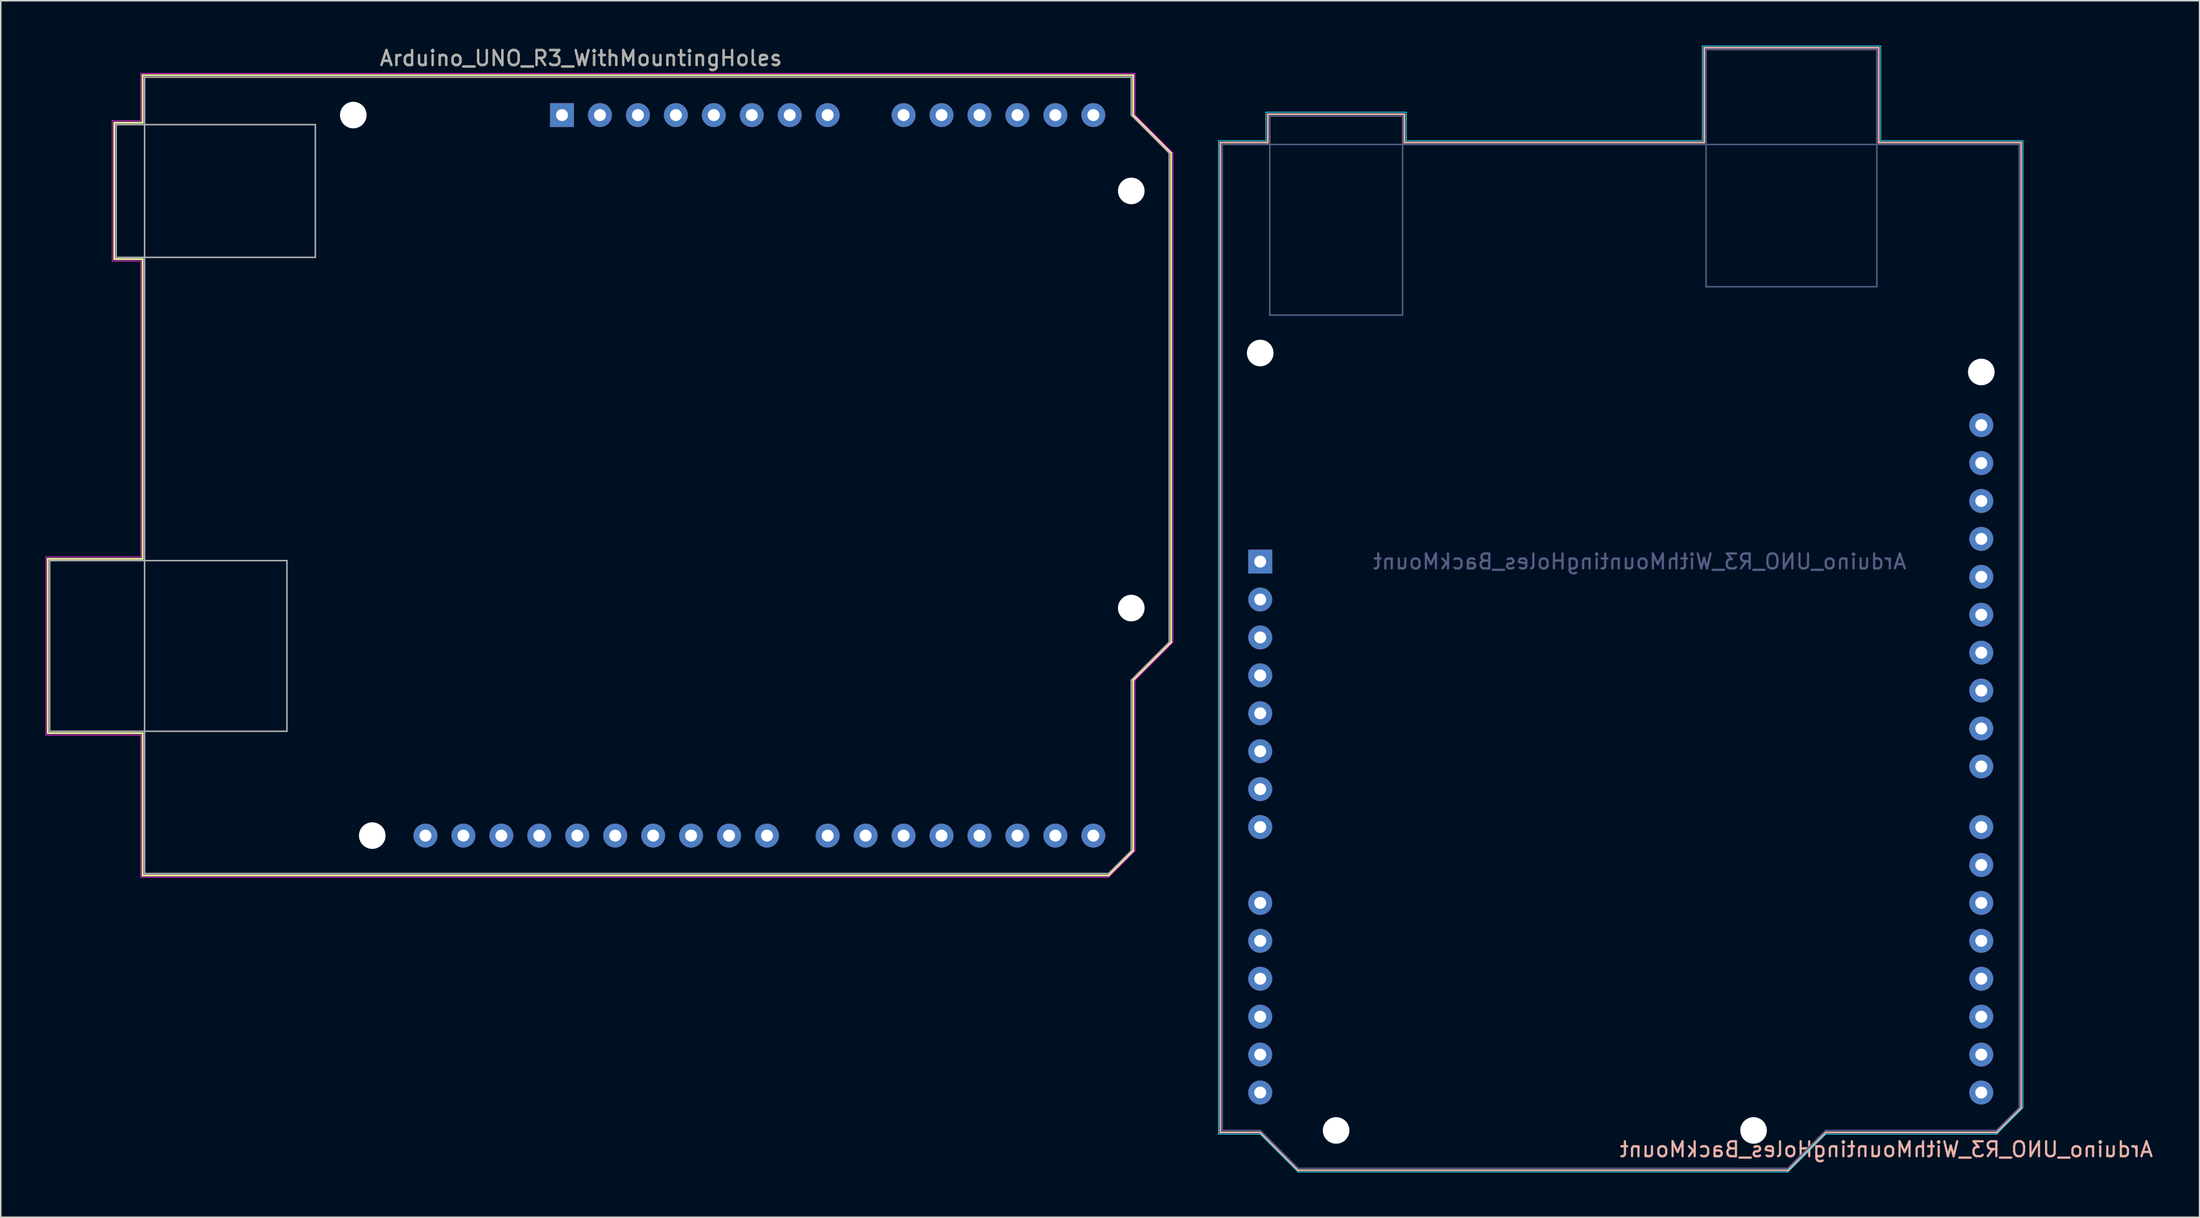
<source format=kicad_pcb>
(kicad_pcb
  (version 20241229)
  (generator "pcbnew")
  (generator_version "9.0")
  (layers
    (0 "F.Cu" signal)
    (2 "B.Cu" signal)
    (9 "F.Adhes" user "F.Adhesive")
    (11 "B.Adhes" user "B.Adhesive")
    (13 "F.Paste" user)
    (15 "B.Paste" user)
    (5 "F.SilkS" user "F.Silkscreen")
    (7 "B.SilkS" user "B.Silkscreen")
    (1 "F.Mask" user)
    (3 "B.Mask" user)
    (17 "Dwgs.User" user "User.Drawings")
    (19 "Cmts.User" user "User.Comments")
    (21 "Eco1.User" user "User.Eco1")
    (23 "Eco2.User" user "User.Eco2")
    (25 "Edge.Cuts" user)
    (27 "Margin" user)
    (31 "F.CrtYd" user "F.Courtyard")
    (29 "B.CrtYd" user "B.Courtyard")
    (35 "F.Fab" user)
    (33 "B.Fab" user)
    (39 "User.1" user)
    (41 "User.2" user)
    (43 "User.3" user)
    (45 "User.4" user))
  (footprint "Arduino_UNO_R3_WithMountingHoles_BackMount"
    (layer "F.Cu")
    (at 81.295 34.565)
    (property "Reference" "Arduino_UNO_R3_WithMountingHoles_BackMount" (at 41.91 39.37 0) (layer "B.SilkS") (effects (font (size 1 1) (thickness 0.15)) (justify mirror)))
    (attr through_hole)
    (fp_line (start -2.67 -28.07) (end 0.51 -28.07) (stroke (width 0.12) (type solid)) (layer "B.SilkS"))
    (fp_line (start -2.67 38.23) (end -2.67 -28.07) (stroke (width 0.12) (type solid)) (layer "B.SilkS"))
    (fp_line (start 0 38.23) (end -2.67 38.23) (stroke (width 0.12) (type solid)) (layer "B.SilkS"))
    (fp_line (start 0.51 -29.97) (end 9.65 -29.97) (stroke (width 0.12) (type solid)) (layer "B.SilkS"))
    (fp_line (start 0.51 -28.07) (end 0.51 -29.97) (stroke (width 0.12) (type solid)) (layer "B.SilkS"))
    (fp_line (start 2.54 40.77) (end 0 38.23) (stroke (width 0.12) (type solid)) (layer "B.SilkS"))
    (fp_line (start 9.65 -29.97) (end 9.65 -28.07) (stroke (width 0.12) (type solid)) (layer "B.SilkS"))
    (fp_line (start 9.65 -28.07) (end 29.72 -28.07) (stroke (width 0.12) (type solid)) (layer "B.SilkS"))
    (fp_line (start 29.72 -34.42) (end 41.4 -34.42) (stroke (width 0.12) (type solid)) (layer "B.SilkS"))
    (fp_line (start 29.72 -28.07) (end 29.72 -34.42) (stroke (width 0.12) (type solid)) (layer "B.SilkS"))
    (fp_line (start 35.31 40.77) (end 2.54 40.77) (stroke (width 0.12) (type solid)) (layer "B.SilkS"))
    (fp_line (start 37.85 38.23) (end 35.31 40.77) (stroke (width 0.12) (type solid)) (layer "B.SilkS"))
    (fp_line (start 41.4 -34.42) (end 41.4 -28.07) (stroke (width 0.12) (type solid)) (layer "B.SilkS"))
    (fp_line (start 41.4 -28.07) (end 50.93 -28.07) (stroke (width 0.12) (type solid)) (layer "B.SilkS"))
    (fp_line (start 49.28 38.23) (end 37.85 38.23) (stroke (width 0.12) (type solid)) (layer "B.SilkS"))
    (fp_line (start 50.93 -28.07) (end 50.93 36.58) (stroke (width 0.12) (type solid)) (layer "B.SilkS"))
    (fp_line (start 50.93 36.58) (end 49.28 38.23) (stroke (width 0.12) (type solid)) (layer "B.SilkS"))
    (fp_line (start -2.79 -28.19) (end -2.79 38.35) (stroke (width 0.05) (type solid)) (layer "B.CrtYd"))
    (fp_line (start -2.79 38.35) (end 0 38.35) (stroke (width 0.05) (type solid)) (layer "B.CrtYd"))
    (fp_line (start 0 38.35) (end 2.54 40.89) (stroke (width 0.05) (type solid)) (layer "B.CrtYd"))
    (fp_line (start 0.38 -30.1) (end 0.38 -28.19) (stroke (width 0.05) (type solid)) (layer "B.CrtYd"))
    (fp_line (start 0.38 -28.19) (end -2.79 -28.19) (stroke (width 0.05) (type solid)) (layer "B.CrtYd"))
    (fp_line (start 2.54 40.89) (end 35.31 40.89) (stroke (width 0.05) (type solid)) (layer "B.CrtYd"))
    (fp_line (start 9.78 -30.1) (end 0.38 -30.1) (stroke (width 0.05) (type solid)) (layer "B.CrtYd"))
    (fp_line (start 9.78 -28.19) (end 9.78 -30.1) (stroke (width 0.05) (type solid)) (layer "B.CrtYd"))
    (fp_line (start 29.59 -34.54) (end 29.59 -28.19) (stroke (width 0.05) (type solid)) (layer "B.CrtYd"))
    (fp_line (start 29.59 -28.19) (end 9.78 -28.19) (stroke (width 0.05) (type solid)) (layer "B.CrtYd"))
    (fp_line (start 35.31 40.89) (end 37.85 38.35) (stroke (width 0.05) (type solid)) (layer "B.CrtYd"))
    (fp_line (start 37.85 38.35) (end 49.28 38.35) (stroke (width 0.05) (type solid)) (layer "B.CrtYd"))
    (fp_line (start 41.53 -34.54) (end 29.59 -34.54) (stroke (width 0.05) (type solid)) (layer "B.CrtYd"))
    (fp_line (start 41.53 -28.19) (end 41.53 -34.54) (stroke (width 0.05) (type solid)) (layer "B.CrtYd"))
    (fp_line (start 49.28 38.35) (end 51.05 36.58) (stroke (width 0.05) (type solid)) (layer "B.CrtYd"))
    (fp_line (start 51.05 -28.19) (end 41.53 -28.19) (stroke (width 0.05) (type solid)) (layer "B.CrtYd"))
    (fp_line (start 51.05 36.58) (end 51.05 -28.19) (stroke (width 0.05) (type solid)) (layer "B.CrtYd"))
    (fp_line (start -2.54 -27.94) (end -2.54 38.1) (stroke (width 0.1) (type solid)) (layer "B.Fab"))
    (fp_line (start -2.54 38.1) (end 0 38.1) (stroke (width 0.1) (type solid)) (layer "B.Fab"))
    (fp_line (start 0 38.1) (end 2.54 40.64) (stroke (width 0.1) (type solid)) (layer "B.Fab"))
    (fp_line (start 0.64 -29.84) (end 0.64 -16.51) (stroke (width 0.1) (type solid)) (layer "B.Fab"))
    (fp_line (start 0.64 -16.51) (end 9.53 -16.51) (stroke (width 0.1) (type solid)) (layer "B.Fab"))
    (fp_line (start 2.54 40.64) (end 35.31 40.64) (stroke (width 0.1) (type solid)) (layer "B.Fab"))
    (fp_line (start 9.53 -29.84) (end 0.64 -29.84) (stroke (width 0.1) (type solid)) (layer "B.Fab"))
    (fp_line (start 9.53 -16.51) (end 9.53 -29.84) (stroke (width 0.1) (type solid)) (layer "B.Fab"))
    (fp_line (start 29.84 -34.29) (end 29.84 -18.41) (stroke (width 0.1) (type solid)) (layer "B.Fab"))
    (fp_line (start 29.84 -18.41) (end 41.27 -18.41) (stroke (width 0.1) (type solid)) (layer "B.Fab"))
    (fp_line (start 35.31 40.64) (end 37.85 38.1) (stroke (width 0.1) (type solid)) (layer "B.Fab"))
    (fp_line (start 37.85 38.1) (end 49.28 38.1) (stroke (width 0.1) (type solid)) (layer "B.Fab"))
    (fp_line (start 41.27 -34.29) (end 29.84 -34.29) (stroke (width 0.1) (type solid)) (layer "B.Fab"))
    (fp_line (start 41.27 -18.41) (end 41.27 -34.29) (stroke (width 0.1) (type solid)) (layer "B.Fab"))
    (fp_line (start 49.28 38.1) (end 50.8 36.58) (stroke (width 0.1) (type solid)) (layer "B.Fab"))
    (fp_line (start 50.8 -27.94) (end -2.54 -27.94) (stroke (width 0.1) (type solid)) (layer "B.Fab"))
    (fp_line (start 50.8 36.58) (end 50.8 -27.94) (stroke (width 0.1) (type solid)) (layer "B.Fab"))
    (fp_text user "${REFERENCE}" (at 25.4 0 0) (layer "B.Fab") (effects (font (size 1 1) (thickness 0.15)) (justify mirror)))
    (pad "" np_thru_hole circle (at 0 -13.97) (size 1.78 1.78) (drill 1.78) (layers "*.Cu" "*.Mask"))
    (pad "" np_thru_hole circle (at 5.08 38.1) (size 1.78 1.78) (drill 1.78) (layers "*.Cu" "*.Mask"))
    (pad "" np_thru_hole circle (at 33.02 38.1) (size 1.78 1.78) (drill 1.78) (layers "*.Cu" "*.Mask"))
    (pad "" np_thru_hole circle (at 48.26 -12.7) (size 1.78 1.78) (drill 1.78) (layers "*.Cu" "*.Mask"))
    (pad "1" thru_hole rect (at 0 0) (size 1.6 1.6) (drill 0.8) (layers "*.Cu" "*.Mask"))
    (pad "2" thru_hole oval (at 0 2.54) (size 1.6 1.6) (drill 0.8) (layers "*.Cu" "*.Mask"))
    (pad "3" thru_hole oval (at 0 5.08) (size 1.6 1.6) (drill 0.8) (layers "*.Cu" "*.Mask"))
    (pad "4" thru_hole oval (at 0 7.62) (size 1.6 1.6) (drill 0.8) (layers "*.Cu" "*.Mask"))
    (pad "5" thru_hole oval (at 0 10.16) (size 1.6 1.6) (drill 0.8) (layers "*.Cu" "*.Mask"))
    (pad "6" thru_hole oval (at 0 12.7) (size 1.6 1.6) (drill 0.8) (layers "*.Cu" "*.Mask"))
    (pad "7" thru_hole oval (at 0 15.24) (size 1.6 1.6) (drill 0.8) (layers "*.Cu" "*.Mask"))
    (pad "8" thru_hole oval (at 0 17.78) (size 1.6 1.6) (drill 0.8) (layers "*.Cu" "*.Mask"))
    (pad "9" thru_hole oval (at 0 22.86) (size 1.6 1.6) (drill 0.8) (layers "*.Cu" "*.Mask"))
    (pad "10" thru_hole oval (at 0 25.4) (size 1.6 1.6) (drill 0.8) (layers "*.Cu" "*.Mask"))
    (pad "11" thru_hole oval (at 0 27.94) (size 1.6 1.6) (drill 0.8) (layers "*.Cu" "*.Mask"))
    (pad "12" thru_hole oval (at 0 30.48) (size 1.6 1.6) (drill 0.8) (layers "*.Cu" "*.Mask"))
    (pad "13" thru_hole oval (at 0 33.02) (size 1.6 1.6) (drill 0.8) (layers "*.Cu" "*.Mask"))
    (pad "14" thru_hole oval (at 0 35.56) (size 1.6 1.6) (drill 0.8) (layers "*.Cu" "*.Mask"))
    (pad "15" thru_hole oval (at 48.26 35.56) (size 1.6 1.6) (drill 0.8) (layers "*.Cu" "*.Mask"))
    (pad "16" thru_hole oval (at 48.26 33.02) (size 1.6 1.6) (drill 0.8) (layers "*.Cu" "*.Mask"))
    (pad "17" thru_hole oval (at 48.26 30.48) (size 1.6 1.6) (drill 0.8) (layers "*.Cu" "*.Mask"))
    (pad "18" thru_hole oval (at 48.26 27.94) (size 1.6 1.6) (drill 0.8) (layers "*.Cu" "*.Mask"))
    (pad "19" thru_hole oval (at 48.26 25.4) (size 1.6 1.6) (drill 0.8) (layers "*.Cu" "*.Mask"))
    (pad "20" thru_hole oval (at 48.26 22.86) (size 1.6 1.6) (drill 0.8) (layers "*.Cu" "*.Mask"))
    (pad "21" thru_hole oval (at 48.26 20.32) (size 1.6 1.6) (drill 0.8) (layers "*.Cu" "*.Mask"))
    (pad "22" thru_hole oval (at 48.26 17.78) (size 1.6 1.6) (drill 0.8) (layers "*.Cu" "*.Mask"))
    (pad "23" thru_hole oval (at 48.26 13.72) (size 1.6 1.6) (drill 0.8) (layers "*.Cu" "*.Mask"))
    (pad "24" thru_hole oval (at 48.26 11.18) (size 1.6 1.6) (drill 0.8) (layers "*.Cu" "*.Mask"))
    (pad "25" thru_hole oval (at 48.26 8.64) (size 1.6 1.6) (drill 0.8) (layers "*.Cu" "*.Mask"))
    (pad "26" thru_hole oval (at 48.26 6.1) (size 1.6 1.6) (drill 0.8) (layers "*.Cu" "*.Mask"))
    (pad "27" thru_hole oval (at 48.26 3.56) (size 1.6 1.6) (drill 0.8) (layers "*.Cu" "*.Mask"))
    (pad "28" thru_hole oval (at 48.26 1.02) (size 1.6 1.6) (drill 0.8) (layers "*.Cu" "*.Mask"))
    (pad "29" thru_hole oval (at 48.26 -1.52) (size 1.6 1.6) (drill 0.8) (layers "*.Cu" "*.Mask"))
    (pad "30" thru_hole oval (at 48.26 -4.06) (size 1.6 1.6) (drill 0.8) (layers "*.Cu" "*.Mask"))
    (pad "31" thru_hole oval (at 48.26 -6.6) (size 1.6 1.6) (drill 0.8) (layers "*.Cu" "*.Mask"))
    (pad "32" thru_hole oval (at 48.26 -9.14) (size 1.6 1.6) (drill 0.8) (layers "*.Cu" "*.Mask")))
  (footprint "Arduino_UNO_R3_WithMountingHoles"
    (layer "F.Cu")
    (at 34.565 4.658)
    (property "Reference" "Arduino_UNO_R3_WithMountingHoles" (at 1.27 -3.81 180) (layer "F.SilkS") (effects (font (size 1 1) (thickness 0.15))))
    (attr through_hole)
    (fp_line (start -34.42 29.72) (end -34.42 41.4) (stroke (width 0.12) (type solid)) (layer "F.SilkS"))
    (fp_line (start -34.42 41.4) (end -28.07 41.4) (stroke (width 0.12) (type solid)) (layer "F.SilkS"))
    (fp_line (start -29.97 0.51) (end -29.97 9.65) (stroke (width 0.12) (type solid)) (layer "F.SilkS"))
    (fp_line (start -29.97 9.65) (end -28.07 9.65) (stroke (width 0.12) (type solid)) (layer "F.SilkS"))
    (fp_line (start -28.07 -2.67) (end -28.07 0.51) (stroke (width 0.12) (type solid)) (layer "F.SilkS"))
    (fp_line (start -28.07 0.51) (end -29.97 0.51) (stroke (width 0.12) (type solid)) (layer "F.SilkS"))
    (fp_line (start -28.07 9.65) (end -28.07 29.72) (stroke (width 0.12) (type solid)) (layer "F.SilkS"))
    (fp_line (start -28.07 29.72) (end -34.42 29.72) (stroke (width 0.12) (type solid)) (layer "F.SilkS"))
    (fp_line (start -28.07 41.4) (end -28.07 50.93) (stroke (width 0.12) (type solid)) (layer "F.SilkS"))
    (fp_line (start -28.07 50.93) (end 36.58 50.93) (stroke (width 0.12) (type solid)) (layer "F.SilkS"))
    (fp_line (start 36.58 50.93) (end 38.23 49.28) (stroke (width 0.12) (type solid)) (layer "F.SilkS"))
    (fp_line (start 38.23 -2.67) (end -28.07 -2.67) (stroke (width 0.12) (type solid)) (layer "F.SilkS"))
    (fp_line (start 38.23 0) (end 38.23 -2.67) (stroke (width 0.12) (type solid)) (layer "F.SilkS"))
    (fp_line (start 38.23 37.85) (end 40.77 35.31) (stroke (width 0.12) (type solid)) (layer "F.SilkS"))
    (fp_line (start 38.23 49.28) (end 38.23 37.85) (stroke (width 0.12) (type solid)) (layer "F.SilkS"))
    (fp_line (start 40.77 2.54) (end 38.23 0) (stroke (width 0.12) (type solid)) (layer "F.SilkS"))
    (fp_line (start 40.77 35.31) (end 40.77 2.54) (stroke (width 0.12) (type solid)) (layer "F.SilkS"))
    (fp_line (start -34.54 29.59) (end -28.19 29.59) (stroke (width 0.05) (type solid)) (layer "F.CrtYd"))
    (fp_line (start -34.54 41.53) (end -34.54 29.59) (stroke (width 0.05) (type solid)) (layer "F.CrtYd"))
    (fp_line (start -30.1 0.38) (end -28.19 0.38) (stroke (width 0.05) (type solid)) (layer "F.CrtYd"))
    (fp_line (start -30.1 9.78) (end -30.1 0.38) (stroke (width 0.05) (type solid)) (layer "F.CrtYd"))
    (fp_line (start -28.19 -2.79) (end 38.35 -2.79) (stroke (width 0.05) (type solid)) (layer "F.CrtYd"))
    (fp_line (start -28.19 0.38) (end -28.19 -2.79) (stroke (width 0.05) (type solid)) (layer "F.CrtYd"))
    (fp_line (start -28.19 9.78) (end -30.1 9.78) (stroke (width 0.05) (type solid)) (layer "F.CrtYd"))
    (fp_line (start -28.19 29.59) (end -28.19 9.78) (stroke (width 0.05) (type solid)) (layer "F.CrtYd"))
    (fp_line (start -28.19 41.53) (end -34.54 41.53) (stroke (width 0.05) (type solid)) (layer "F.CrtYd"))
    (fp_line (start -28.19 51.05) (end -28.19 41.53) (stroke (width 0.05) (type solid)) (layer "F.CrtYd"))
    (fp_line (start 36.58 51.05) (end -28.19 51.05) (stroke (width 0.05) (type solid)) (layer "F.CrtYd"))
    (fp_line (start 38.35 -2.79) (end 38.35 0) (stroke (width 0.05) (type solid)) (layer "F.CrtYd"))
    (fp_line (start 38.35 0) (end 40.89 2.54) (stroke (width 0.05) (type solid)) (layer "F.CrtYd"))
    (fp_line (start 38.35 37.85) (end 38.35 49.28) (stroke (width 0.05) (type solid)) (layer "F.CrtYd"))
    (fp_line (start 38.35 49.28) (end 36.58 51.05) (stroke (width 0.05) (type solid)) (layer "F.CrtYd"))
    (fp_line (start 40.89 2.54) (end 40.89 35.31) (stroke (width 0.05) (type solid)) (layer "F.CrtYd"))
    (fp_line (start 40.89 35.31) (end 38.35 37.85) (stroke (width 0.05) (type solid)) (layer "F.CrtYd"))
    (fp_line (start -34.29 29.84) (end -18.41 29.84) (stroke (width 0.1) (type solid)) (layer "F.Fab"))
    (fp_line (start -34.29 41.27) (end -34.29 29.84) (stroke (width 0.1) (type solid)) (layer "F.Fab"))
    (fp_line (start -29.84 0.64) (end -16.51 0.64) (stroke (width 0.1) (type solid)) (layer "F.Fab"))
    (fp_line (start -29.84 9.53) (end -29.84 0.64) (stroke (width 0.1) (type solid)) (layer "F.Fab"))
    (fp_line (start -27.94 -2.54) (end 38.1 -2.54) (stroke (width 0.1) (type solid)) (layer "F.Fab"))
    (fp_line (start -27.94 50.8) (end -27.94 -2.54) (stroke (width 0.1) (type solid)) (layer "F.Fab"))
    (fp_line (start -18.41 29.84) (end -18.41 41.27) (stroke (width 0.1) (type solid)) (layer "F.Fab"))
    (fp_line (start -18.41 41.27) (end -34.29 41.27) (stroke (width 0.1) (type solid)) (layer "F.Fab"))
    (fp_line (start -16.51 0.64) (end -16.51 9.53) (stroke (width 0.1) (type solid)) (layer "F.Fab"))
    (fp_line (start -16.51 9.53) (end -29.84 9.53) (stroke (width 0.1) (type solid)) (layer "F.Fab"))
    (fp_line (start 36.58 50.8) (end -27.94 50.8) (stroke (width 0.1) (type solid)) (layer "F.Fab"))
    (fp_line (start 38.1 -2.54) (end 38.1 0) (stroke (width 0.1) (type solid)) (layer "F.Fab"))
    (fp_line (start 38.1 0) (end 40.64 2.54) (stroke (width 0.1) (type solid)) (layer "F.Fab"))
    (fp_line (start 38.1 37.85) (end 38.1 49.28) (stroke (width 0.1) (type solid)) (layer "F.Fab"))
    (fp_line (start 38.1 49.28) (end 36.58 50.8) (stroke (width 0.1) (type solid)) (layer "F.Fab"))
    (fp_line (start 40.64 2.54) (end 40.64 35.31) (stroke (width 0.1) (type solid)) (layer "F.Fab"))
    (fp_line (start 40.64 35.31) (end 38.1 37.85) (stroke (width 0.1) (type solid)) (layer "F.Fab"))
    (fp_text user "${REFERENCE}" (at 1.27 -3.81 180) (layer "F.Fab") (effects (font (size 1 1) (thickness 0.15))))
    (pad "" np_thru_hole circle (at -13.97 0 90) (size 1.78 1.78) (drill 1.78) (layers "*.Cu" "*.Mask"))
    (pad "" np_thru_hole circle (at -12.7 48.26 90) (size 1.78 1.78) (drill 1.78) (layers "*.Cu" "*.Mask"))
    (pad "" np_thru_hole circle (at 38.1 5.08 90) (size 1.78 1.78) (drill 1.78) (layers "*.Cu" "*.Mask"))
    (pad "" np_thru_hole circle (at 38.1 33.02 90) (size 1.78 1.78) (drill 1.78) (layers "*.Cu" "*.Mask"))
    (pad "1" thru_hole rect (at 0 0 90) (size 1.6 1.6) (drill 0.8) (layers "*.Cu" "*.Mask"))
    (pad "2" thru_hole oval (at 2.54 0 90) (size 1.6 1.6) (drill 0.8) (layers "*.Cu" "*.Mask"))
    (pad "3" thru_hole oval (at 5.08 0 90) (size 1.6 1.6) (drill 0.8) (layers "*.Cu" "*.Mask"))
    (pad "4" thru_hole oval (at 7.62 0 90) (size 1.6 1.6) (drill 0.8) (layers "*.Cu" "*.Mask"))
    (pad "5" thru_hole oval (at 10.16 0 90) (size 1.6 1.6) (drill 0.8) (layers "*.Cu" "*.Mask"))
    (pad "6" thru_hole oval (at 12.7 0 90) (size 1.6 1.6) (drill 0.8) (layers "*.Cu" "*.Mask"))
    (pad "7" thru_hole oval (at 15.24 0 90) (size 1.6 1.6) (drill 0.8) (layers "*.Cu" "*.Mask"))
    (pad "8" thru_hole oval (at 17.78 0 90) (size 1.6 1.6) (drill 0.8) (layers "*.Cu" "*.Mask"))
    (pad "9" thru_hole oval (at 22.86 0 90) (size 1.6 1.6) (drill 0.8) (layers "*.Cu" "*.Mask"))
    (pad "10" thru_hole oval (at 25.4 0 90) (size 1.6 1.6) (drill 0.8) (layers "*.Cu" "*.Mask"))
    (pad "11" thru_hole oval (at 27.94 0 90) (size 1.6 1.6) (drill 0.8) (layers "*.Cu" "*.Mask"))
    (pad "12" thru_hole oval (at 30.48 0 90) (size 1.6 1.6) (drill 0.8) (layers "*.Cu" "*.Mask"))
    (pad "13" thru_hole oval (at 33.02 0 90) (size 1.6 1.6) (drill 0.8) (layers "*.Cu" "*.Mask"))
    (pad "14" thru_hole oval (at 35.56 0 90) (size 1.6 1.6) (drill 0.8) (layers "*.Cu" "*.Mask"))
    (pad "15" thru_hole oval (at 35.56 48.26 90) (size 1.6 1.6) (drill 0.8) (layers "*.Cu" "*.Mask"))
    (pad "16" thru_hole oval (at 33.02 48.26 90) (size 1.6 1.6) (drill 0.8) (layers "*.Cu" "*.Mask"))
    (pad "17" thru_hole oval (at 30.48 48.26 90) (size 1.6 1.6) (drill 0.8) (layers "*.Cu" "*.Mask"))
    (pad "18" thru_hole oval (at 27.94 48.26 90) (size 1.6 1.6) (drill 0.8) (layers "*.Cu" "*.Mask"))
    (pad "19" thru_hole oval (at 25.4 48.26 90) (size 1.6 1.6) (drill 0.8) (layers "*.Cu" "*.Mask"))
    (pad "20" thru_hole oval (at 22.86 48.26 90) (size 1.6 1.6) (drill 0.8) (layers "*.Cu" "*.Mask"))
    (pad "21" thru_hole oval (at 20.32 48.26 90) (size 1.6 1.6) (drill 0.8) (layers "*.Cu" "*.Mask"))
    (pad "22" thru_hole oval (at 17.78 48.26 90) (size 1.6 1.6) (drill 0.8) (layers "*.Cu" "*.Mask"))
    (pad "23" thru_hole oval (at 13.72 48.26 90) (size 1.6 1.6) (drill 0.8) (layers "*.Cu" "*.Mask"))
    (pad "24" thru_hole oval (at 11.18 48.26 90) (size 1.6 1.6) (drill 0.8) (layers "*.Cu" "*.Mask"))
    (pad "25" thru_hole oval (at 8.64 48.26 90) (size 1.6 1.6) (drill 0.8) (layers "*.Cu" "*.Mask"))
    (pad "26" thru_hole oval (at 6.1 48.26 90) (size 1.6 1.6) (drill 0.8) (layers "*.Cu" "*.Mask"))
    (pad "27" thru_hole oval (at 3.56 48.26 90) (size 1.6 1.6) (drill 0.8) (layers "*.Cu" "*.Mask"))
    (pad "28" thru_hole oval (at 1.02 48.26 90) (size 1.6 1.6) (drill 0.8) (layers "*.Cu" "*.Mask"))
    (pad "29" thru_hole oval (at -6.6 48.26 90) (size 1.6 1.6) (drill 0.8) (layers "*.Cu" "*.Mask"))
    (pad "29" thru_hole oval (at -1.52 48.26 90) (size 1.6 1.6) (drill 0.8) (layers "*.Cu" "*.Mask"))
    (pad "30" thru_hole oval (at -9.14 48.26 90) (size 1.6 1.6) (drill 0.8) (layers "*.Cu" "*.Mask"))
    (pad "30" thru_hole oval (at -4.06 48.26 90) (size 1.6 1.6) (drill 0.8) (layers "*.Cu" "*.Mask")))
  (gr_rect
    (start -3 -3)
    (end 144.163 78.48)
    (stroke (width 0.1) (type default))
    (fill no)
    (layer "Edge.Cuts")))
</source>
